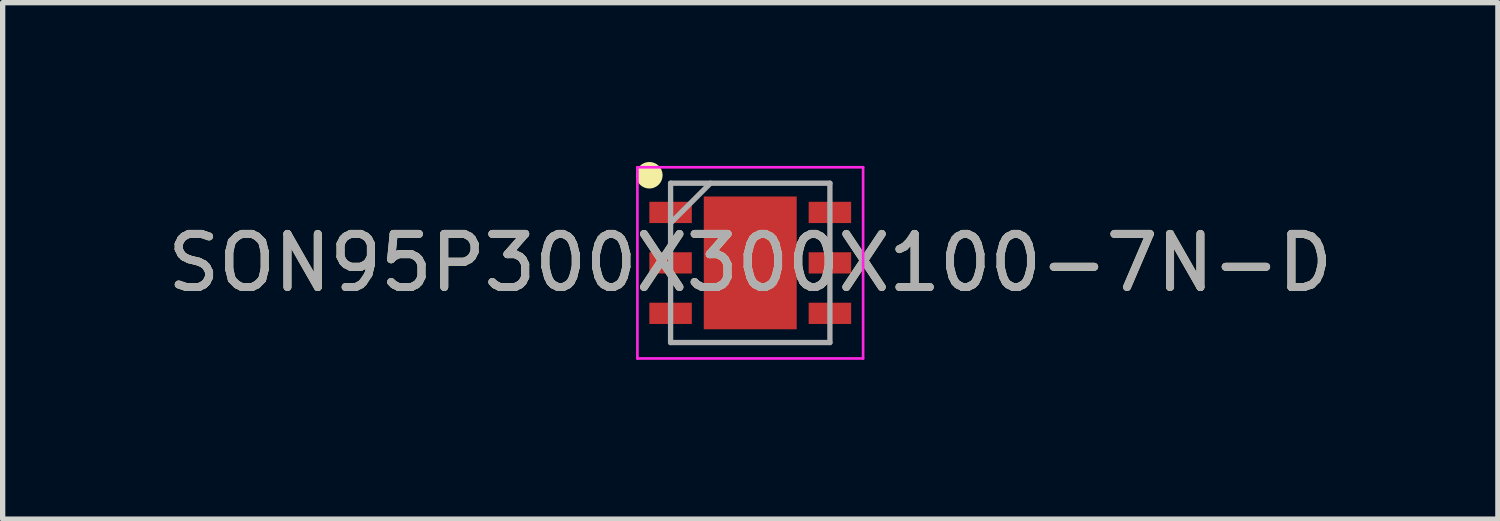
<source format=kicad_pcb>
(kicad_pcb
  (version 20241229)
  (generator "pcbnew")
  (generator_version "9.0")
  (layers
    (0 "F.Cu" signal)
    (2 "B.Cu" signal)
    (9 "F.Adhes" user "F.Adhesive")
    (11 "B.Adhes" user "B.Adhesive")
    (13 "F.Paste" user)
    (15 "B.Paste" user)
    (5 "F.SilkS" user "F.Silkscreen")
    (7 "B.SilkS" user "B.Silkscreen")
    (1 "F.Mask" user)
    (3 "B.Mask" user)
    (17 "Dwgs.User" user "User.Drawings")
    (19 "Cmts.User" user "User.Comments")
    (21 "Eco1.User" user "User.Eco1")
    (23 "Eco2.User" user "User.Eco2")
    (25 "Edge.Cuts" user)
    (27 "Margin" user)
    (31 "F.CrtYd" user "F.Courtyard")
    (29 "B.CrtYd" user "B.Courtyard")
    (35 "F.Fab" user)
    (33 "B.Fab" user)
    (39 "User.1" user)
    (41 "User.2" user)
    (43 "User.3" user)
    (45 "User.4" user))
  (footprint "SON95P300X300X100-7N-D"
    (layer "F.Cu")
    (at 11.077 1.9)
    (property "Reference" "SON95P300X300X100-7N-D" (at 0 0 0) (layer "F.SilkS") (effects (font (size 1 1) (thickness 0.15))))
    (attr smd)
    (fp_circle (center -1.9 -1.65) (end -1.9 -1.525) (stroke (width 0.25) (type solid)) (fill no) (layer "F.SilkS"))
    (fp_line (start -2.125 -1.8) (end 2.125 -1.8) (stroke (width 0.05) (type solid)) (layer "F.CrtYd"))
    (fp_line (start -2.125 1.8) (end -2.125 -1.8) (stroke (width 0.05) (type solid)) (layer "F.CrtYd"))
    (fp_line (start 2.125 -1.8) (end 2.125 1.8) (stroke (width 0.05) (type solid)) (layer "F.CrtYd"))
    (fp_line (start 2.125 1.8) (end -2.125 1.8) (stroke (width 0.05) (type solid)) (layer "F.CrtYd"))
    (fp_line (start -1.5 -1.5) (end 1.5 -1.5) (stroke (width 0.1) (type solid)) (layer "F.Fab"))
    (fp_line (start -1.5 -0.75) (end -0.75 -1.5) (stroke (width 0.1) (type solid)) (layer "F.Fab"))
    (fp_line (start -1.5 1.5) (end -1.5 -1.5) (stroke (width 0.1) (type solid)) (layer "F.Fab"))
    (fp_line (start 1.5 -1.5) (end 1.5 1.5) (stroke (width 0.1) (type solid)) (layer "F.Fab"))
    (fp_line (start 1.5 1.5) (end -1.5 1.5) (stroke (width 0.1) (type solid)) (layer "F.Fab"))
    (fp_text user "${REFERENCE}" (at 0 0 0) (layer "F.Fab") (effects (font (size 1 1) (thickness 0.15))))
    (pad "1" smd rect (at -1.5 -0.95 90) (size 0.4 0.8) (layers "F.Cu" "F.Mask" "F.Paste"))
    (pad "2" smd rect (at -1.5 0 90) (size 0.4 0.8) (layers "F.Cu" "F.Mask" "F.Paste"))
    (pad "3" smd rect (at -1.5 0.95 90) (size 0.4 0.8) (layers "F.Cu" "F.Mask" "F.Paste"))
    (pad "4" smd rect (at 1.5 0.95 90) (size 0.4 0.8) (layers "F.Cu" "F.Mask" "F.Paste"))
    (pad "5" smd rect (at 1.5 0 90) (size 0.4 0.8) (layers "F.Cu" "F.Mask" "F.Paste"))
    (pad "6" smd rect (at 1.5 -0.95 90) (size 0.4 0.8) (layers "F.Cu" "F.Mask" "F.Paste"))
    (pad "7" smd rect (at 0 0) (size 1.75 2.5) (layers "F.Cu" "F.Mask" "F.Paste")))
  (gr_rect
    (start -3 -3)
    (end 25.155 6.725)
    (stroke (width 0.1) (type default))
    (fill no)
    (layer "Edge.Cuts")))
</source>
